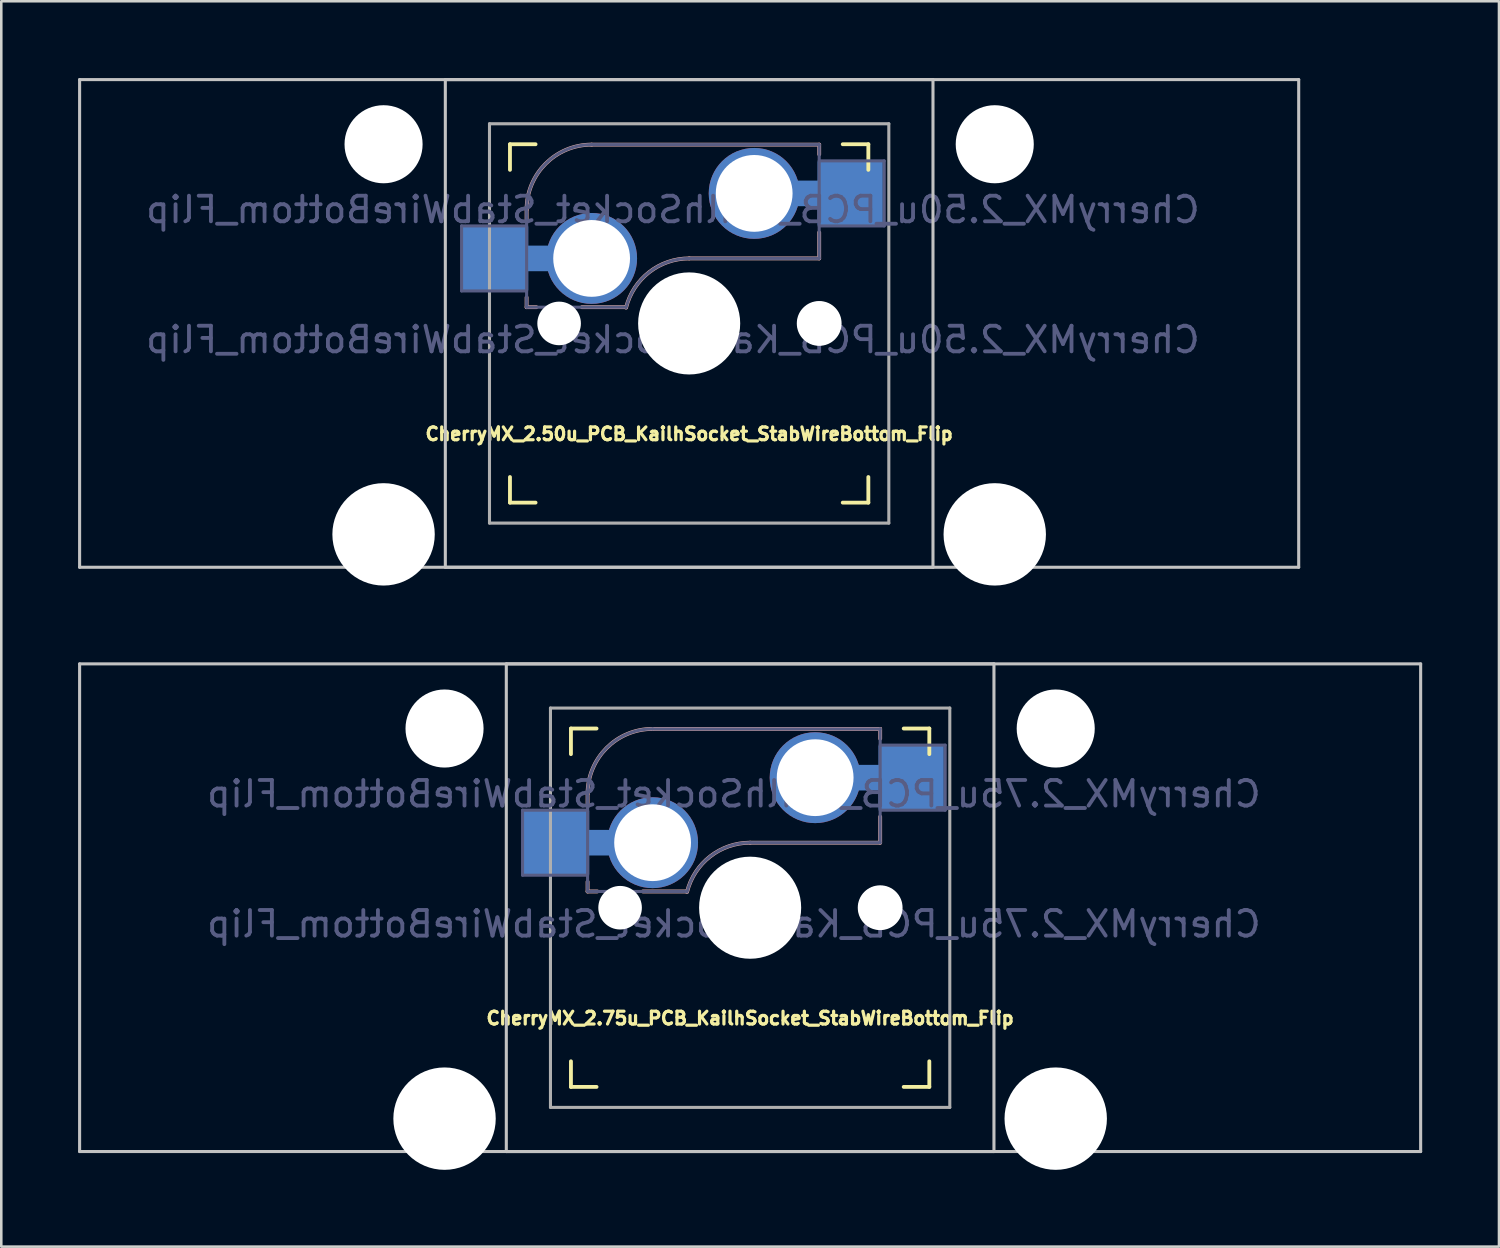
<source format=kicad_pcb>
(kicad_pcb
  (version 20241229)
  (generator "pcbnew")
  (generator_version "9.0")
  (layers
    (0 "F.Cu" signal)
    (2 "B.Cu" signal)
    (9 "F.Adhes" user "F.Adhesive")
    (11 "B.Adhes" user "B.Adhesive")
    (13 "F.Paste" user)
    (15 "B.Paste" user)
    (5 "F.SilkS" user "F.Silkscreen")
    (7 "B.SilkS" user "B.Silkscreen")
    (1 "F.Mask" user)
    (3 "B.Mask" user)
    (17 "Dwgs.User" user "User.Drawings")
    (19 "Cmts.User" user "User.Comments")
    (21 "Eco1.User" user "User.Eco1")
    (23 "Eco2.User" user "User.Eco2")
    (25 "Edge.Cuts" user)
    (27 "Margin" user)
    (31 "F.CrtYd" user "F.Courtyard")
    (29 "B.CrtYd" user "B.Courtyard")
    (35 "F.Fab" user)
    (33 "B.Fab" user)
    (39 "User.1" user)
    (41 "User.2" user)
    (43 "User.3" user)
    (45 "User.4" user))
  (footprint "CherryMX_2.75u_PCB_KailhSocket_StabWireBottom_Flip"
    (layer "F.Cu")
    (at 26.254 32.41)
    (property "Reference" "CherryMX_2.75u_PCB_KailhSocket_StabWireBottom_Flip" (at 0 4.318 0) (layer "F.SilkS") (effects (font (size 0.5 0.5) (thickness 0.125))))
    (property "Value" "CherryMX_2.75u_PCB_KailhSocket_StabWireBottom_Flip" (at 0 8.662 0) (layer "F.Fab") (hide yes) (effects (font (size 1 1) (thickness 0.15))))
    (attr through_hole)
    (fp_line (start -7 -6) (end -7 -7) (stroke (width 0.15) (type solid)) (layer "F.SilkS"))
    (fp_line (start -7 7) (end -7 6) (stroke (width 0.15) (type solid)) (layer "F.SilkS"))
    (fp_line (start -7 7) (end -6 7) (stroke (width 0.15) (type solid)) (layer "F.SilkS"))
    (fp_line (start -6 -7) (end -7 -7) (stroke (width 0.15) (type solid)) (layer "F.SilkS"))
    (fp_line (start 6 7) (end 7 7) (stroke (width 0.15) (type solid)) (layer "F.SilkS"))
    (fp_line (start 7 -7) (end 6 -7) (stroke (width 0.15) (type solid)) (layer "F.SilkS"))
    (fp_line (start 7 -7) (end 7 -6) (stroke (width 0.15) (type solid)) (layer "F.SilkS"))
    (fp_line (start 7 6) (end 7 7) (stroke (width 0.15) (type solid)) (layer "F.SilkS"))
    (fp_line (start -6.35 -4.445) (end -6.35 -4.064) (stroke (width 0.15) (type solid)) (layer "B.SilkS"))
    (fp_line (start -6.35 -1.016) (end -6.35 -0.635) (stroke (width 0.15) (type solid)) (layer "B.SilkS"))
    (fp_line (start -5.969 -0.635) (end -6.35 -0.635) (stroke (width 0.15) (type solid)) (layer "B.SilkS"))
    (fp_line (start -3.81 -6.985) (end 5.08 -6.985) (stroke (width 0.15) (type solid)) (layer "B.SilkS"))
    (fp_line (start -2.464 -0.635) (end -4.191 -0.635) (stroke (width 0.15) (type solid)) (layer "B.SilkS"))
    (fp_line (start 5.08 -6.985) (end 5.08 -6.604) (stroke (width 0.15) (type solid)) (layer "B.SilkS"))
    (fp_line (start 5.08 -3.556) (end 5.08 -2.54) (stroke (width 0.15) (type solid)) (layer "B.SilkS"))
    (fp_line (start 5.08 -2.54) (end 0 -2.54) (stroke (width 0.15) (type solid)) (layer "B.SilkS"))
    (fp_arc (start -6.35 -4.445) (mid -5.606051 -6.241051) (end -3.81 -6.985) (stroke (width 0.15) (type solid)) (layer "B.SilkS"))
    (fp_arc (start -2.464162 -0.61604) (mid -1.563147 -2.002042) (end 0 -2.54) (stroke (width 0.15) (type solid)) (layer "B.SilkS"))
    (fp_line (start -26.194 -9.525) (end 26.194 -9.525) (stroke (width 0.12) (type solid)) (layer "Dwgs.User"))
    (fp_line (start -26.194 9.525) (end -26.194 -9.525) (stroke (width 0.12) (type solid)) (layer "Dwgs.User"))
    (fp_line (start -9.525 -9.525) (end 9.525 -9.525) (stroke (width 0.12) (type solid)) (layer "Dwgs.User"))
    (fp_line (start -9.525 9.525) (end -9.525 -9.525) (stroke (width 0.12) (type solid)) (layer "Dwgs.User"))
    (fp_line (start 9.525 -9.525) (end 9.525 9.525) (stroke (width 0.12) (type solid)) (layer "Dwgs.User"))
    (fp_line (start 9.525 9.525) (end -9.525 9.525) (stroke (width 0.12) (type solid)) (layer "Dwgs.User"))
    (fp_line (start 26.194 -9.525) (end 26.194 9.525) (stroke (width 0.12) (type solid)) (layer "Dwgs.User"))
    (fp_line (start 26.194 9.525) (end -26.194 9.525) (stroke (width 0.12) (type solid)) (layer "Dwgs.User"))
    (fp_line (start -6.9 6.9) (end -6.9 -6.9) (stroke (width 0.15) (type solid)) (layer "Eco2.User"))
    (fp_line (start -6.9 6.9) (end 6.9 6.9) (stroke (width 0.15) (type solid)) (layer "Eco2.User"))
    (fp_line (start 6.9 -6.9) (end -6.9 -6.9) (stroke (width 0.15) (type solid)) (layer "Eco2.User"))
    (fp_line (start 6.9 -6.9) (end 6.9 6.9) (stroke (width 0.15) (type solid)) (layer "Eco2.User"))
    (fp_line (start -8.89 -3.81) (end -6.35 -3.81) (stroke (width 0.12) (type solid)) (layer "B.Fab"))
    (fp_line (start -8.89 -1.27) (end -8.89 -3.81) (stroke (width 0.12) (type solid)) (layer "B.Fab"))
    (fp_line (start -6.35 -1.27) (end -8.89 -1.27) (stroke (width 0.12) (type solid)) (layer "B.Fab"))
    (fp_line (start -6.35 -0.635) (end -6.35 -4.445) (stroke (width 0.12) (type solid)) (layer "B.Fab"))
    (fp_line (start -6.35 -0.635) (end -2.54 -0.635) (stroke (width 0.12) (type solid)) (layer "B.Fab"))
    (fp_line (start -3.81 -6.985) (end 5.08 -6.985) (stroke (width 0.12) (type solid)) (layer "B.Fab"))
    (fp_line (start 5.08 -6.985) (end 5.08 -2.54) (stroke (width 0.12) (type solid)) (layer "B.Fab"))
    (fp_line (start 5.08 -6.35) (end 7.62 -6.35) (stroke (width 0.12) (type solid)) (layer "B.Fab"))
    (fp_line (start 5.08 -2.54) (end 0 -2.54) (stroke (width 0.12) (type solid)) (layer "B.Fab"))
    (fp_line (start 7.62 -6.35) (end 7.62 -3.81) (stroke (width 0.12) (type solid)) (layer "B.Fab"))
    (fp_line (start 7.62 -3.81) (end 5.08 -3.81) (stroke (width 0.12) (type solid)) (layer "B.Fab"))
    (fp_arc (start -6.35 -4.445) (mid -5.606051 -6.241051) (end -3.81 -6.985) (stroke (width 0.12) (type solid)) (layer "B.Fab"))
    (fp_arc (start -2.464162 -0.61604) (mid -1.563147 -2.002042) (end 0 -2.54) (stroke (width 0.12) (type solid)) (layer "B.Fab"))
    (fp_line (start -7.8 -7.8) (end -7.8 7.8) (stroke (width 0.12) (type solid)) (layer "F.Fab"))
    (fp_line (start -7.8 -7.8) (end 7.8 -7.8) (stroke (width 0.12) (type solid)) (layer "F.Fab"))
    (fp_line (start -7.8 7.8) (end 7.8 7.8) (stroke (width 0.12) (type solid)) (layer "F.Fab"))
    (fp_line (start 7.8 -7.8) (end 7.8 7.8) (stroke (width 0.12) (type solid)) (layer "F.Fab"))
    (fp_text user "${VALUE}" (at -0.635 0.635 0) (layer "B.Fab") (effects (font (size 1 1) (thickness 0.15)) (justify mirror)))
    (fp_text user "${REFERENCE}" (at -0.635 -4.445 0) (layer "B.Fab") (effects (font (size 1 1) (thickness 0.15)) (justify mirror)))
    (pad "" np_thru_hole circle (at -11.938 -7) (size 3.05 3.05) (drill 3.05) (layers "*.Cu" "*.Mask"))
    (pad "" np_thru_hole circle (at -11.938 8.24) (size 4 4) (drill 4) (layers "*.Cu" "*.Mask"))
    (pad "" np_thru_hole circle (at -5.08 0) (size 1.702 1.702) (drill 1.702) (layers "*.Cu" "*.Mask"))
    (pad "" np_thru_hole circle (at 0 0) (size 3.988 3.988) (drill 3.988) (layers "*.Cu" "*.Mask"))
    (pad "" np_thru_hole circle (at 5.08 0) (size 1.702 1.702) (drill 1.702) (layers "*.Cu" "*.Mask"))
    (pad "" np_thru_hole circle (at 5.08 0) (size 1.75 1.75) (drill 1.75) (layers "*.Cu" "*.Mask"))
    (pad "" np_thru_hole circle (at 11.938 -7) (size 3.05 3.05) (drill 3.05) (layers "*.Cu" "*.Mask"))
    (pad "" np_thru_hole circle (at 11.938 8.24) (size 4 4) (drill 4) (layers "*.Cu" "*.Mask"))
    (pad "1" thru_hole circle (at 2.54 -5.08) (size 3.55 3.55) (drill 3) (layers "*.Cu"))
    (pad "1" connect rect (at 5.015 -5.08 270) (size 1 2.5) (layers "B.Cu"))
    (pad "1" smd rect (at 6.29 -5.08) (size 2.55 2.5) (layers "B.Cu" "B.Mask" "B.Paste"))
    (pad "2" smd rect (at -7.56 -2.54) (size 2.55 2.5) (layers "B.Cu" "B.Mask" "B.Paste"))
    (pad "2" connect rect (at -5.715 -2.54 90) (size 1 2.5) (layers "B.Cu"))
    (pad "2" thru_hole circle (at -3.81 -2.54) (size 3.55 3.55) (drill 3) (layers "*.Cu")))
  (footprint "CherryMX_2.50u_PCB_KailhSocket_StabWireBottom_Flip"
    (layer "F.Cu")
    (at 23.872 9.585)
    (property "Reference" "CherryMX_2.50u_PCB_KailhSocket_StabWireBottom_Flip" (at 0 4.318 0) (layer "F.SilkS") (effects (font (size 0.5 0.5) (thickness 0.125))))
    (property "Value" "CherryMX_2.50u_PCB_KailhSocket_StabWireBottom_Flip" (at 0 8.662 0) (layer "F.Fab") (hide yes) (effects (font (size 1 1) (thickness 0.15))))
    (attr through_hole)
    (fp_line (start -7 -6) (end -7 -7) (stroke (width 0.15) (type solid)) (layer "F.SilkS"))
    (fp_line (start -7 7) (end -7 6) (stroke (width 0.15) (type solid)) (layer "F.SilkS"))
    (fp_line (start -7 7) (end -6 7) (stroke (width 0.15) (type solid)) (layer "F.SilkS"))
    (fp_line (start -6 -7) (end -7 -7) (stroke (width 0.15) (type solid)) (layer "F.SilkS"))
    (fp_line (start 6 7) (end 7 7) (stroke (width 0.15) (type solid)) (layer "F.SilkS"))
    (fp_line (start 7 -7) (end 6 -7) (stroke (width 0.15) (type solid)) (layer "F.SilkS"))
    (fp_line (start 7 -7) (end 7 -6) (stroke (width 0.15) (type solid)) (layer "F.SilkS"))
    (fp_line (start 7 6) (end 7 7) (stroke (width 0.15) (type solid)) (layer "F.SilkS"))
    (fp_line (start -6.35 -4.445) (end -6.35 -4.064) (stroke (width 0.15) (type solid)) (layer "B.SilkS"))
    (fp_line (start -6.35 -1.016) (end -6.35 -0.635) (stroke (width 0.15) (type solid)) (layer "B.SilkS"))
    (fp_line (start -5.969 -0.635) (end -6.35 -0.635) (stroke (width 0.15) (type solid)) (layer "B.SilkS"))
    (fp_line (start -3.81 -6.985) (end 5.08 -6.985) (stroke (width 0.15) (type solid)) (layer "B.SilkS"))
    (fp_line (start -2.464 -0.635) (end -4.191 -0.635) (stroke (width 0.15) (type solid)) (layer "B.SilkS"))
    (fp_line (start 5.08 -6.985) (end 5.08 -6.604) (stroke (width 0.15) (type solid)) (layer "B.SilkS"))
    (fp_line (start 5.08 -3.556) (end 5.08 -2.54) (stroke (width 0.15) (type solid)) (layer "B.SilkS"))
    (fp_line (start 5.08 -2.54) (end 0 -2.54) (stroke (width 0.15) (type solid)) (layer "B.SilkS"))
    (fp_arc (start -6.35 -4.445) (mid -5.606051 -6.241051) (end -3.81 -6.985) (stroke (width 0.15) (type solid)) (layer "B.SilkS"))
    (fp_arc (start -2.464162 -0.61604) (mid -1.563147 -2.002042) (end 0 -2.54) (stroke (width 0.15) (type solid)) (layer "B.SilkS"))
    (fp_line (start -23.812 -9.525) (end 23.812 -9.525) (stroke (width 0.12) (type solid)) (layer "Dwgs.User"))
    (fp_line (start -23.812 9.525) (end -23.812 -9.525) (stroke (width 0.12) (type solid)) (layer "Dwgs.User"))
    (fp_line (start -9.525 -9.525) (end 9.525 -9.525) (stroke (width 0.12) (type solid)) (layer "Dwgs.User"))
    (fp_line (start -9.525 9.525) (end -9.525 -9.525) (stroke (width 0.12) (type solid)) (layer "Dwgs.User"))
    (fp_line (start 9.525 -9.525) (end 9.525 9.525) (stroke (width 0.12) (type solid)) (layer "Dwgs.User"))
    (fp_line (start 9.525 9.525) (end -9.525 9.525) (stroke (width 0.12) (type solid)) (layer "Dwgs.User"))
    (fp_line (start 23.812 -9.525) (end 23.812 9.525) (stroke (width 0.12) (type solid)) (layer "Dwgs.User"))
    (fp_line (start 23.812 9.525) (end -23.812 9.525) (stroke (width 0.12) (type solid)) (layer "Dwgs.User"))
    (fp_line (start -6.9 6.9) (end -6.9 -6.9) (stroke (width 0.15) (type solid)) (layer "Eco2.User"))
    (fp_line (start -6.9 6.9) (end 6.9 6.9) (stroke (width 0.15) (type solid)) (layer "Eco2.User"))
    (fp_line (start 6.9 -6.9) (end -6.9 -6.9) (stroke (width 0.15) (type solid)) (layer "Eco2.User"))
    (fp_line (start 6.9 -6.9) (end 6.9 6.9) (stroke (width 0.15) (type solid)) (layer "Eco2.User"))
    (fp_line (start -8.89 -3.81) (end -6.35 -3.81) (stroke (width 0.12) (type solid)) (layer "B.Fab"))
    (fp_line (start -8.89 -1.27) (end -8.89 -3.81) (stroke (width 0.12) (type solid)) (layer "B.Fab"))
    (fp_line (start -6.35 -1.27) (end -8.89 -1.27) (stroke (width 0.12) (type solid)) (layer "B.Fab"))
    (fp_line (start -6.35 -0.635) (end -6.35 -4.445) (stroke (width 0.12) (type solid)) (layer "B.Fab"))
    (fp_line (start -6.35 -0.635) (end -2.54 -0.635) (stroke (width 0.12) (type solid)) (layer "B.Fab"))
    (fp_line (start -3.81 -6.985) (end 5.08 -6.985) (stroke (width 0.12) (type solid)) (layer "B.Fab"))
    (fp_line (start 5.08 -6.985) (end 5.08 -2.54) (stroke (width 0.12) (type solid)) (layer "B.Fab"))
    (fp_line (start 5.08 -6.35) (end 7.62 -6.35) (stroke (width 0.12) (type solid)) (layer "B.Fab"))
    (fp_line (start 5.08 -2.54) (end 0 -2.54) (stroke (width 0.12) (type solid)) (layer "B.Fab"))
    (fp_line (start 7.62 -6.35) (end 7.62 -3.81) (stroke (width 0.12) (type solid)) (layer "B.Fab"))
    (fp_line (start 7.62 -3.81) (end 5.08 -3.81) (stroke (width 0.12) (type solid)) (layer "B.Fab"))
    (fp_arc (start -6.35 -4.445) (mid -5.606051 -6.241051) (end -3.81 -6.985) (stroke (width 0.12) (type solid)) (layer "B.Fab"))
    (fp_arc (start -2.464162 -0.61604) (mid -1.563147 -2.002042) (end 0 -2.54) (stroke (width 0.12) (type solid)) (layer "B.Fab"))
    (fp_line (start -7.8 -7.8) (end -7.8 7.8) (stroke (width 0.12) (type solid)) (layer "F.Fab"))
    (fp_line (start -7.8 -7.8) (end 7.8 -7.8) (stroke (width 0.12) (type solid)) (layer "F.Fab"))
    (fp_line (start -7.8 7.8) (end 7.8 7.8) (stroke (width 0.12) (type solid)) (layer "F.Fab"))
    (fp_line (start 7.8 -7.8) (end 7.8 7.8) (stroke (width 0.12) (type solid)) (layer "F.Fab"))
    (fp_text user "${REFERENCE}" (at -0.635 -4.445 0) (layer "B.Fab") (effects (font (size 1 1) (thickness 0.15)) (justify mirror)))
    (fp_text user "${VALUE}" (at -0.635 0.635 0) (layer "B.Fab") (effects (font (size 1 1) (thickness 0.15)) (justify mirror)))
    (pad "" np_thru_hole circle (at -11.938 -7) (size 3.05 3.05) (drill 3.05) (layers "*.Cu" "*.Mask"))
    (pad "" np_thru_hole circle (at -11.938 8.24) (size 4 4) (drill 4) (layers "*.Cu" "*.Mask"))
    (pad "" np_thru_hole circle (at -5.08 0) (size 1.702 1.702) (drill 1.702) (layers "*.Cu" "*.Mask"))
    (pad "" np_thru_hole circle (at 0 0) (size 3.988 3.988) (drill 3.988) (layers "*.Cu" "*.Mask"))
    (pad "" np_thru_hole circle (at 5.08 0) (size 1.702 1.702) (drill 1.702) (layers "*.Cu" "*.Mask"))
    (pad "" np_thru_hole circle (at 5.08 0) (size 1.75 1.75) (drill 1.75) (layers "*.Cu" "*.Mask"))
    (pad "" np_thru_hole circle (at 11.938 -7) (size 3.05 3.05) (drill 3.05) (layers "*.Cu" "*.Mask"))
    (pad "" np_thru_hole circle (at 11.938 8.24) (size 4 4) (drill 4) (layers "*.Cu" "*.Mask"))
    (pad "1" thru_hole circle (at 2.54 -5.08) (size 3.55 3.55) (drill 3) (layers "*.Cu"))
    (pad "1" connect rect (at 5.015 -5.08 270) (size 1 2.5) (layers "B.Cu"))
    (pad "1" smd rect (at 6.29 -5.08) (size 2.55 2.5) (layers "B.Cu" "B.Mask" "B.Paste"))
    (pad "2" smd rect (at -7.56 -2.54) (size 2.55 2.5) (layers "B.Cu" "B.Mask" "B.Paste"))
    (pad "2" connect rect (at -5.715 -2.54 90) (size 1 2.5) (layers "B.Cu"))
    (pad "2" thru_hole circle (at -3.81 -2.54) (size 3.55 3.55) (drill 3) (layers "*.Cu")))
  (gr_rect
    (start -3 -3)
    (end 55.508 45.65)
    (stroke (width 0.1) (type default))
    (fill no)
    (layer "Edge.Cuts")))
</source>
